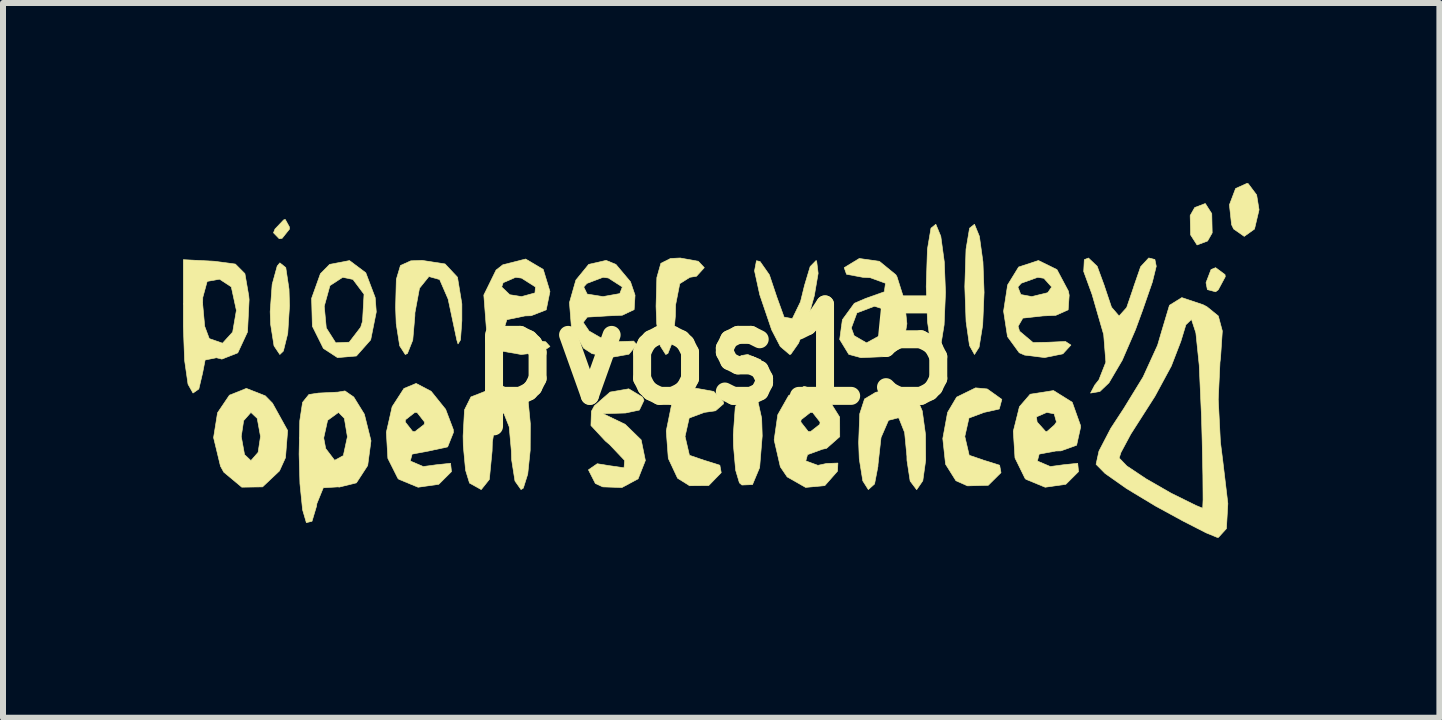
<source format=kicad_pcb>
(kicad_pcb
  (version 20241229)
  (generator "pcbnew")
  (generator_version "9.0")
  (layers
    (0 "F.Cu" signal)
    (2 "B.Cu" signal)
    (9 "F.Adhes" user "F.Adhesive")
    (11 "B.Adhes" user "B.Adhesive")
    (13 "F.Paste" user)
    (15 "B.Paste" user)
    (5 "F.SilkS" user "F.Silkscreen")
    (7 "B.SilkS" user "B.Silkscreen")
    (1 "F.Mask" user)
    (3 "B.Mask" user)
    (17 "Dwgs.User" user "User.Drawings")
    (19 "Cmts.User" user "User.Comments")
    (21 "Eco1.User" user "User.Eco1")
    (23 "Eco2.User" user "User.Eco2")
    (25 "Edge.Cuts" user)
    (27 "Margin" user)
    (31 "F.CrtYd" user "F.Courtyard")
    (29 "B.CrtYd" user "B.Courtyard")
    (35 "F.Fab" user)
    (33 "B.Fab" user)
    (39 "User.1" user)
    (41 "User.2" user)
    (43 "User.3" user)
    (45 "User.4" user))
  (footprint "pvos15"
    (layer "F.Cu")
    (at 8.847 2.857)
    (property "Reference" "pvos15" (at 0 0 0) (layer "F.SilkS") (effects (font (size 1.524 1.524) (thickness 0.3))))
    (attr through_hole)
    (fp_poly (pts (xy -7.075 -2.126) (xy -7.073 -2.09) (xy -7.197 -1.935) (xy -7.244 -1.929) (xy -7.34 -2.028) (xy -7.315 -2.09) (xy -7.17 -2.243) (xy -7.144 -2.251) (xy -7.075 -2.126)) (stroke (width 0.01) (type solid)) (fill yes) (layer "F.SilkS"))
    (fp_poly (pts (xy 0.777 0.087) (xy 0.804 0.161) (xy 0.674 0.303) (xy 0.563 0.322) (xy 0.349 0.235) (xy 0.322 0.161) (xy 0.452 0.018) (xy 0.563 0) (xy 0.777 0.087)) (stroke (width 0.01) (type solid)) (fill yes) (layer "F.SilkS"))
    (fp_poly (pts (xy 8.295 -2.347) (xy 8.302 -2.026) (xy 8.225 -1.891) (xy 8.05 -1.825) (xy 7.942 -1.993) (xy 7.935 -2.315) (xy 8.011 -2.449) (xy 8.187 -2.516) (xy 8.295 -2.347)) (stroke (width 0.01) (type solid)) (fill yes) (layer "F.SilkS"))
    (fp_poly (pts (xy 8.516 -1.331) (xy 8.52 -1.296) (xy 8.403 -1.078) (xy 8.359 -1.045) (xy 8.222 -1.081) (xy 8.199 -1.196) (xy 8.283 -1.416) (xy 8.359 -1.447) (xy 8.516 -1.331)) (stroke (width 0.01) (type solid)) (fill yes) (layer "F.SilkS"))
    (fp_poly (pts (xy 8.902 -2.847) (xy 9.043 -2.659) (xy 9.083 -2.411) (xy 9.007 -2.09) (xy 8.836 -1.968) (xy 8.66 -2.091) (xy 8.625 -2.163) (xy 8.589 -2.494) (xy 8.692 -2.766) (xy 8.883 -2.852) (xy 8.902 -2.847)) (stroke (width 0.01) (type solid)) (fill yes) (layer "F.SilkS"))
    (fp_poly (pts (xy -7.135 -1.448) (xy -7.081 -1.089) (xy -7.073 -0.813) (xy -7.102 -0.352) (xy -7.175 -0.057) (xy -7.234 0) (xy -7.331 -0.144) (xy -7.388 -0.506) (xy -7.395 -0.714) (xy -7.362 -1.168) (xy -7.278 -1.473) (xy -7.234 -1.527) (xy -7.135 -1.448)) (stroke (width 0.01) (type solid)) (fill yes) (layer "F.SilkS"))
    (fp_poly (pts (xy 0.723 0.739) (xy 0.795 1.064) (xy 0.804 1.357) (xy 0.761 1.884) (xy 0.642 2.168) (xy 0.466 2.175) (xy 0.424 2.139) (xy 0.361 1.928) (xy 0.325 1.52) (xy 0.322 1.34) (xy 0.355 0.873) (xy 0.47 0.666) (xy 0.563 0.643) (xy 0.723 0.739)) (stroke (width 0.01) (type solid)) (fill yes) (layer "F.SilkS"))
    (fp_poly (pts (xy 3.78 -1.969) (xy 3.838 -1.543) (xy 3.858 -1.035) (xy 3.835 -0.493) (xy 3.775 -0.122) (xy 3.697 0) (xy 3.615 -0.149) (xy 3.558 -0.548) (xy 3.537 -1.127) (xy 3.537 -1.135) (xy 3.557 -1.754) (xy 3.616 -2.105) (xy 3.697 -2.17) (xy 3.78 -1.969)) (stroke (width 0.01) (type solid)) (fill yes) (layer "F.SilkS"))
    (fp_poly (pts (xy 4.423 -1.969) (xy 4.482 -1.543) (xy 4.501 -1.035) (xy 4.478 -0.493) (xy 4.418 -0.122) (xy 4.341 0) (xy 4.258 -0.149) (xy 4.201 -0.548) (xy 4.18 -1.127) (xy 4.18 -1.135) (xy 4.2 -1.754) (xy 4.259 -2.105) (xy 4.341 -2.17) (xy 4.423 -1.969)) (stroke (width 0.01) (type solid)) (fill yes) (layer "F.SilkS"))
    (fp_poly (pts (xy -0.261 -1.553) (xy -0.161 -1.447) (xy -0.291 -1.304) (xy -0.402 -1.286) (xy -0.57 -1.18) (xy -0.639 -0.828) (xy -0.643 -0.643) (xy -0.679 -0.24) (xy -0.768 -0.016) (xy -0.804 0) (xy -0.896 -0.145) (xy -0.954 -0.514) (xy -0.965 -0.804) (xy -0.952 -1.281) (xy -0.885 -1.519) (xy -0.724 -1.6) (xy -0.563 -1.608) (xy -0.261 -1.553)) (stroke (width 0.01) (type solid)) (fill yes) (layer "F.SilkS"))
    (fp_poly (pts (xy 4.553 0.574) (xy 4.797 0.748) (xy 4.754 0.908) (xy 4.501 0.965) (xy 4.249 1.059) (xy 4.18 1.366) (xy 4.253 1.679) (xy 4.512 1.768) (xy 4.515 1.768) (xy 4.76 1.845) (xy 4.783 1.969) (xy 4.57 2.18) (xy 4.224 2.189) (xy 4.032 2.104) (xy 3.859 1.828) (xy 3.813 1.4) (xy 3.893 0.965) (xy 4.044 0.71) (xy 4.359 0.556) (xy 4.553 0.574)) (stroke (width 0.01) (type solid)) (fill yes) (layer "F.SilkS"))
    (fp_poly (pts (xy -0.003 0.616) (xy 0.158 0.789) (xy 0.161 0.821) (xy 0.026 0.938) (xy -0.161 0.965) (xy -0.413 1.059) (xy -0.482 1.366) (xy -0.409 1.679) (xy -0.15 1.768) (xy -0.147 1.768) (xy 0.098 1.845) (xy 0.121 1.969) (xy -0.088 2.184) (xy -0.406 2.187) (xy -0.606 2.062) (xy -0.761 1.731) (xy -0.795 1.274) (xy -0.709 0.85) (xy -0.583 0.66) (xy -0.301 0.562) (xy -0.003 0.616)) (stroke (width 0.01) (type solid)) (fill yes) (layer "F.SilkS"))
    (fp_poly (pts (xy 1.711 -1.558) (xy 1.736 -1.353) (xy 1.672 -0.979) (xy 1.552 -0.552) (xy 1.41 -0.189) (xy 1.281 -0.005) (xy 1.261 0) (xy 1.105 -0.133) (xy 0.962 -0.409) (xy 0.763 -0.995) (xy 0.676 -1.394) (xy 0.708 -1.563) (xy 0.768 -1.549) (xy 0.923 -1.328) (xy 1.046 -0.961) (xy 1.168 -0.623) (xy 1.306 -0.598) (xy 1.442 -0.879) (xy 1.508 -1.148) (xy 1.603 -1.465) (xy 1.701 -1.565) (xy 1.711 -1.558)) (stroke (width 0.01) (type solid)) (fill yes) (layer "F.SilkS"))
    (fp_poly (pts (xy -7.476 0.689) (xy -7.356 0.812) (xy -7.104 1.267) (xy -7.14 1.72) (xy -7.24 1.94) (xy -7.522 2.206) (xy -7.868 2.211) (xy -8.168 1.961) (xy -8.223 1.861) (xy -8.338 1.385) (xy -8.335 1.366) (xy -7.877 1.366) (xy -7.822 1.669) (xy -7.716 1.768) (xy -7.596 1.631) (xy -7.556 1.366) (xy -7.611 1.064) (xy -7.716 0.965) (xy -7.837 1.102) (xy -7.877 1.366) (xy -8.335 1.366) (xy -8.272 0.971) (xy -8.074 0.678) (xy -7.792 0.565) (xy -7.476 0.689)) (stroke (width 0.01) (type solid)) (fill yes) (layer "F.SilkS"))
    (fp_poly (pts (xy -4.481 -1.509) (xy -4.274 -1.288) (xy -4.201 -0.843) (xy -4.201 -0.563) (xy -4.224 -0.242) (xy -4.265 -0.176) (xy -4.285 -0.241) (xy -4.377 -0.674) (xy -4.43 -0.924) (xy -4.571 -1.249) (xy -4.75 -1.299) (xy -4.907 -1.104) (xy -4.983 -0.695) (xy -4.984 -0.643) (xy -5.019 -0.24) (xy -5.108 -0.016) (xy -5.144 0) (xy -5.237 -0.144) (xy -5.295 -0.513) (xy -5.305 -0.784) (xy -5.293 -1.252) (xy -5.224 -1.483) (xy -5.051 -1.561) (xy -4.863 -1.568) (xy -4.481 -1.509)) (stroke (width 0.01) (type solid)) (fill yes) (layer "F.SilkS"))
    (fp_poly (pts (xy -1.191 0.709) (xy -1.166 0.764) (xy -1.243 0.926) (xy -1.474 0.975) (xy -1.849 0.986) (xy -1.479 1.164) (xy -1.213 1.423) (xy -1.143 1.766) (xy -1.264 2.072) (xy -1.534 2.217) (xy -1.853 2.206) (xy -1.976 2.15) (xy -2.092 1.922) (xy -1.945 1.82) (xy -1.768 1.849) (xy -1.498 1.888) (xy -1.489 1.765) (xy -1.74 1.5) (xy -1.809 1.442) (xy -2.05 1.183) (xy -2.042 0.946) (xy -1.992 0.854) (xy -1.731 0.626) (xy -1.42 0.572) (xy -1.191 0.709)) (stroke (width 0.01) (type solid)) (fill yes) (layer "F.SilkS"))
    (fp_poly (pts (xy -5.802 -1.362) (xy -5.645 -0.948) (xy -5.627 -0.709) (xy -5.72 -0.244) (xy -5.958 0.025) (xy -6.273 0.052) (xy -6.508 -0.101) (xy -6.692 -0.471) (xy -6.701 -0.804) (xy -6.494 -0.804) (xy -6.46 -0.442) (xy -6.303 -0.195) (xy -6.078 -0.205) (xy -5.887 -0.454) (xy -5.856 -0.554) (xy -5.831 -1.004) (xy -6.016 -1.251) (xy -6.187 -1.286) (xy -6.399 -1.148) (xy -6.494 -0.804) (xy -6.701 -0.804) (xy -6.705 -0.935) (xy -6.558 -1.346) (xy -6.404 -1.502) (xy -6.073 -1.565) (xy -5.802 -1.362)) (stroke (width 0.01) (type solid)) (fill yes) (layer "F.SilkS"))
    (fp_poly (pts (xy -3.176 0.587) (xy -3.096 0.779) (xy -3.06 1.154) (xy -3.062 1.596) (xy -3.103 1.992) (xy -3.177 2.227) (xy -3.215 2.251) (xy -3.316 2.108) (xy -3.372 1.752) (xy -3.376 1.608) (xy -3.412 1.205) (xy -3.501 0.981) (xy -3.537 0.965) (xy -3.637 1.107) (xy -3.693 1.463) (xy -3.697 1.608) (xy -3.743 2.082) (xy -3.878 2.251) (xy -4.073 2.143) (xy -4.139 1.929) (xy -4.177 1.521) (xy -4.18 1.358) (xy -4.157 0.923) (xy -4.05 0.707) (xy -3.8 0.609) (xy -3.739 0.596) (xy -3.374 0.558) (xy -3.176 0.587)) (stroke (width 0.01) (type solid)) (fill yes) (layer "F.SilkS"))
    (fp_poly (pts (xy 3.171 0.609) (xy 3.368 0.699) (xy 3.471 0.941) (xy 3.525 1.334) (xy 3.528 1.76) (xy 3.48 2.104) (xy 3.379 2.251) (xy 3.376 2.251) (xy 3.269 2.109) (xy 3.216 1.763) (xy 3.215 1.697) (xy 3.177 1.3) (xy 3.084 1.066) (xy 3.071 1.055) (xy 2.908 1.097) (xy 2.784 1.383) (xy 2.733 1.838) (xy 2.733 1.862) (xy 2.676 2.158) (xy 2.572 2.251) (xy 2.48 2.106) (xy 2.421 1.738) (xy 2.411 1.466) (xy 2.429 0.988) (xy 2.509 0.741) (xy 2.693 0.631) (xy 2.805 0.605) (xy 3.171 0.609)) (stroke (width 0.01) (type solid)) (fill yes) (layer "F.SilkS"))
    (fp_poly (pts (xy 7.347 -1.583) (xy 7.37 -1.47) (xy 7.305 -1.207) (xy 7.141 -0.734) (xy 7.024 -0.414) (xy 6.803 0.096) (xy 6.582 0.472) (xy 6.43 0.617) (xy 6.275 0.643) (xy 6.346 0.508) (xy 6.414 0.423) (xy 6.53 0.128) (xy 6.494 -0.331) (xy 6.301 -0.999) (xy 6.161 -1.383) (xy 6.171 -1.58) (xy 6.24 -1.608) (xy 6.386 -1.469) (xy 6.509 -1.134) (xy 6.511 -1.125) (xy 6.624 -0.788) (xy 6.749 -0.643) (xy 6.752 -0.643) (xy 6.877 -0.782) (xy 6.991 -1.116) (xy 6.993 -1.125) (xy 7.11 -1.463) (xy 7.244 -1.608) (xy 7.247 -1.608) (xy 7.347 -1.583)) (stroke (width 0.01) (type solid)) (fill yes) (layer "F.SilkS"))
    (fp_poly (pts (xy -8.319 -1.553) (xy -7.975 -1.507) (xy -7.816 -1.347) (xy -7.752 -0.977) (xy -7.746 -0.913) (xy -7.773 -0.375) (xy -7.935 -0.027) (xy -8.2 0.077) (xy -8.291 0.054) (xy -8.479 0.092) (xy -8.52 0.304) (xy -8.584 0.575) (xy -8.681 0.643) (xy -8.764 0.495) (xy -8.821 0.097) (xy -8.842 -0.468) (xy -8.842 -0.842) (xy -8.52 -0.842) (xy -8.486 -0.469) (xy -8.41 -0.265) (xy -8.189 -0.188) (xy -8.02 -0.374) (xy -7.958 -0.735) (xy -8.043 -1.127) (xy -8.239 -1.255) (xy -8.445 -1.218) (xy -8.518 -0.951) (xy -8.52 -0.842) (xy -8.842 -0.842) (xy -8.842 -1.58) (xy -8.319 -1.553)) (stroke (width 0.01) (type solid)) (fill yes) (layer "F.SilkS"))
    (fp_poly (pts (xy 1.792 0.613) (xy 1.865 0.677) (xy 2.095 1.044) (xy 2.096 1.37) (xy 1.876 1.564) (xy 1.806 1.579) (xy 1.559 1.669) (xy 1.53 1.773) (xy 1.732 1.847) (xy 1.876 1.816) (xy 2.065 1.809) (xy 2.059 1.944) (xy 1.847 2.185) (xy 1.527 2.215) (xy 1.22 2.04) (xy 1.106 1.872) (xy 1.003 1.424) (xy 1.046 1.125) (xy 1.447 1.125) (xy 1.569 1.281) (xy 1.608 1.286) (xy 1.764 1.164) (xy 1.768 1.125) (xy 1.646 0.969) (xy 1.608 0.965) (xy 1.452 1.087) (xy 1.447 1.125) (xy 1.046 1.125) (xy 1.063 1.005) (xy 1.244 0.685) (xy 1.501 0.531) (xy 1.792 0.613)) (stroke (width 0.01) (type solid)) (fill yes) (layer "F.SilkS"))
    (fp_poly (pts (xy -4.713 0.613) (xy -4.471 0.914) (xy -4.344 1.249) (xy -4.341 1.298) (xy -4.438 1.54) (xy -4.752 1.608) (xy -5.03 1.66) (xy -5.06 1.775) (xy -4.844 1.867) (xy -4.629 1.838) (xy -4.389 1.813) (xy -4.374 1.952) (xy -4.586 2.163) (xy -4.93 2.212) (xy -5.25 2.08) (xy -5.267 2.064) (xy -5.434 1.731) (xy -5.459 1.296) (xy -5.42 1.125) (xy -5.144 1.125) (xy -5.022 1.281) (xy -4.984 1.286) (xy -4.827 1.164) (xy -4.823 1.125) (xy -4.945 0.969) (xy -4.984 0.965) (xy -5.14 1.087) (xy -5.144 1.125) (xy -5.42 1.125) (xy -5.363 0.871) (xy -5.166 0.566) (xy -4.963 0.482) (xy -4.713 0.613)) (stroke (width 0.01) (type solid)) (fill yes) (layer "F.SilkS"))
    (fp_poly (pts (xy -2.845 -1.418) (xy -2.733 -1.05) (xy -2.795 -0.744) (xy -3.047 -0.646) (xy -3.148 -0.643) (xy -3.451 -0.58) (xy -3.494 -0.442) (xy -3.297 -0.286) (xy -3.078 -0.254) (xy -2.805 -0.212) (xy -2.733 -0.133) (xy -2.873 -0.039) (xy -3.209 -0.000002) (xy -3.212 0) (xy -3.587 -0.066) (xy -3.767 -0.311) (xy -3.789 -0.389) (xy -3.835 -0.991) (xy -3.769 -1.125) (xy -3.537 -1.125) (xy -3.402 -0.996) (xy -3.206 -0.965) (xy -2.983 -1.026) (xy -2.974 -1.125) (xy -3.207 -1.273) (xy -3.305 -1.286) (xy -3.513 -1.196) (xy -3.537 -1.125) (xy -3.769 -1.125) (xy -3.631 -1.407) (xy -3.518 -1.495) (xy -3.138 -1.591) (xy -2.845 -1.418)) (stroke (width 0.01) (type solid)) (fill yes) (layer "F.SilkS"))
    (fp_poly (pts (xy 2.757 -1.552) (xy 3.03 -1.329) (xy 3.049 -1.297) (xy 3.174 -0.902) (xy 3.215 -0.512) (xy 3.154 -0.148) (xy 2.92 0.015) (xy 2.824 0.037) (xy 2.449 0.053) (xy 2.247 -0.002) (xy 2.095 -0.251) (xy 2.121 -0.442) (xy 2.289 -0.442) (xy 2.336 -0.313) (xy 2.542 -0.194) (xy 2.763 -0.315) (xy 2.865 -0.536) (xy 2.798 -0.765) (xy 2.674 -0.804) (xy 2.382 -0.693) (xy 2.289 -0.442) (xy 2.121 -0.442) (xy 2.14 -0.58) (xy 2.339 -0.853) (xy 2.532 -0.936) (xy 2.839 -1.045) (xy 2.858 -1.187) (xy 2.602 -1.28) (xy 2.482 -1.286) (xy 2.209 -1.337) (xy 2.17 -1.447) (xy 2.422 -1.6) (xy 2.757 -1.552)) (stroke (width 0.01) (type solid)) (fill yes) (layer "F.SilkS"))
    (fp_poly (pts (xy 5.97 0.796) (xy 6.108 1.183) (xy 6.109 1.214) (xy 6.043 1.512) (xy 5.782 1.606) (xy 5.697 1.608) (xy 5.419 1.66) (xy 5.389 1.775) (xy 5.605 1.867) (xy 5.82 1.838) (xy 6.061 1.813) (xy 6.075 1.952) (xy 5.863 2.163) (xy 5.519 2.212) (xy 5.199 2.08) (xy 5.183 2.064) (xy 5.016 1.724) (xy 4.988 1.279) (xy 5.048 1.04) (xy 5.373 1.04) (xy 5.385 1.125) (xy 5.523 1.279) (xy 5.546 1.286) (xy 5.674 1.174) (xy 5.707 1.125) (xy 5.669 0.989) (xy 5.546 0.965) (xy 5.373 1.04) (xy 5.048 1.04) (xy 5.09 0.87) (xy 5.269 0.662) (xy 5.658 0.601) (xy 5.97 0.796)) (stroke (width 0.01) (type solid)) (fill yes) (layer "F.SilkS"))
    (fp_poly (pts (xy -6.002 0.709) (xy -5.826 0.994) (xy -5.715 1.438) (xy -5.77 1.85) (xy -5.958 2.139) (xy -6.245 2.21) (xy -6.263 2.206) (xy -6.51 2.221) (xy -6.617 2.484) (xy -6.622 2.525) (xy -6.698 2.779) (xy -6.792 2.802) (xy -6.855 2.588) (xy -6.899 2.152) (xy -6.913 1.661) (xy -6.908 1.391) (xy -6.503 1.391) (xy -6.47 1.567) (xy -6.321 1.763) (xy -6.176 1.685) (xy -6.109 1.375) (xy -6.109 1.366) (xy -6.159 1.064) (xy -6.256 0.965) (xy -6.438 1.097) (xy -6.503 1.391) (xy -6.908 1.391) (xy -6.902 1.105) (xy -6.855 0.797) (xy -6.75 0.667) (xy -6.591 0.643) (xy -6.267 0.627) (xy -6.149 0.607) (xy -6.002 0.709)) (stroke (width 0.01) (type solid)) (fill yes) (layer "F.SilkS"))
    (fp_poly (pts (xy -1.634 -1.501) (xy -1.391 -1.212) (xy -1.315 -0.988) (xy -1.33 -0.748) (xy -1.528 -0.654) (xy -1.777 -0.643) (xy -2.111 -0.623) (xy -2.178 -0.534) (xy -2.081 -0.391) (xy -1.778 -0.216) (xy -1.579 -0.215) (xy -1.338 -0.223) (xy -1.286 -0.164) (xy -1.416 -0.005) (xy -1.712 0.048) (xy -2.032 -0.014) (xy -2.173 -0.106) (xy -2.376 -0.459) (xy -2.408 -0.865) (xy -2.334 -1.125) (xy -2.17 -1.125) (xy -2.113 -1.007) (xy -1.849 -0.965) (xy -1.569 -1.015) (xy -1.527 -1.125) (xy -1.76 -1.275) (xy -1.849 -1.286) (xy -2.118 -1.184) (xy -2.17 -1.125) (xy -2.334 -1.125) (xy -2.301 -1.24) (xy -2.087 -1.502) (xy -1.797 -1.568) (xy -1.634 -1.501)) (stroke (width 0.01) (type solid)) (fill yes) (layer "F.SilkS"))
    (fp_poly (pts (xy 5.715 -1.415) (xy 5.906 -1.056) (xy 5.919 -0.988) (xy 5.902 -0.744) (xy 5.695 -0.652) (xy 5.482 -0.643) (xy 5.147 -0.606) (xy 5.068 -0.47) (xy 5.092 -0.388) (xy 5.317 -0.199) (xy 5.569 -0.204) (xy 5.857 -0.217) (xy 5.948 -0.157) (xy 5.814 -0.011) (xy 5.509 0.051) (xy 5.176 0.01) (xy 5.087 -0.029) (xy 4.891 -0.298) (xy 4.826 -0.722) (xy 4.888 -1.125) (xy 5.064 -1.125) (xy 5.113 -0.999) (xy 5.296 -0.965) (xy 5.562 -1.03) (xy 5.627 -1.125) (xy 5.497 -1.27) (xy 5.395 -1.286) (xy 5.121 -1.188) (xy 5.064 -1.125) (xy 4.888 -1.125) (xy 4.893 -1.159) (xy 5.077 -1.458) (xy 5.407 -1.566) (xy 5.715 -1.415)) (stroke (width 0.01) (type solid)) (fill yes) (layer "F.SilkS"))
    (fp_poly (pts (xy 8.153 -0.828) (xy 8.214 -0.796) (xy 8.404 -0.642) (xy 8.471 -0.392) (xy 8.441 0.059) (xy 8.432 0.129) (xy 8.403 0.748) (xy 8.439 1.458) (xy 8.479 1.776) (xy 8.563 2.483) (xy 8.539 2.902) (xy 8.406 3.048) (xy 8.386 3.048) (xy 8.201 2.972) (xy 7.821 2.778) (xy 7.359 2.526) (xy 6.875 2.234) (xy 6.516 1.981) (xy 6.367 1.83) (xy 6.39 1.725) (xy 6.752 1.725) (xy 6.88 1.858) (xy 7.201 2.072) (xy 7.617 2.311) (xy 8.03 2.515) (xy 8.144 2.562) (xy 8.15 2.418) (xy 8.147 2.021) (xy 8.135 1.441) (xy 8.124 1.039) (xy 8.086 0.18) (xy 8.03 -0.361) (xy 7.957 -0.585) (xy 7.864 -0.496) (xy 7.78 -0.22) (xy 7.621 0.192) (xy 7.348 0.697) (xy 7.21 0.913) (xy 6.946 1.326) (xy 6.781 1.634) (xy 6.752 1.725) (xy 6.39 1.725) (xy 6.415 1.61) (xy 6.612 1.231) (xy 6.828 0.901) (xy 7.151 0.374) (xy 7.392 -0.154) (xy 7.466 -0.406) (xy 7.59 -0.82) (xy 7.796 -0.948) (xy 8.153 -0.828)) (stroke (width 0.01) (type solid)) (fill yes) (layer "F.SilkS")))
  (gr_rect
    (start -3 -3)
    (end 20.935 8.91)
    (stroke (width 0.1) (type default))
    (fill no)
    (layer "Edge.Cuts")))
</source>
